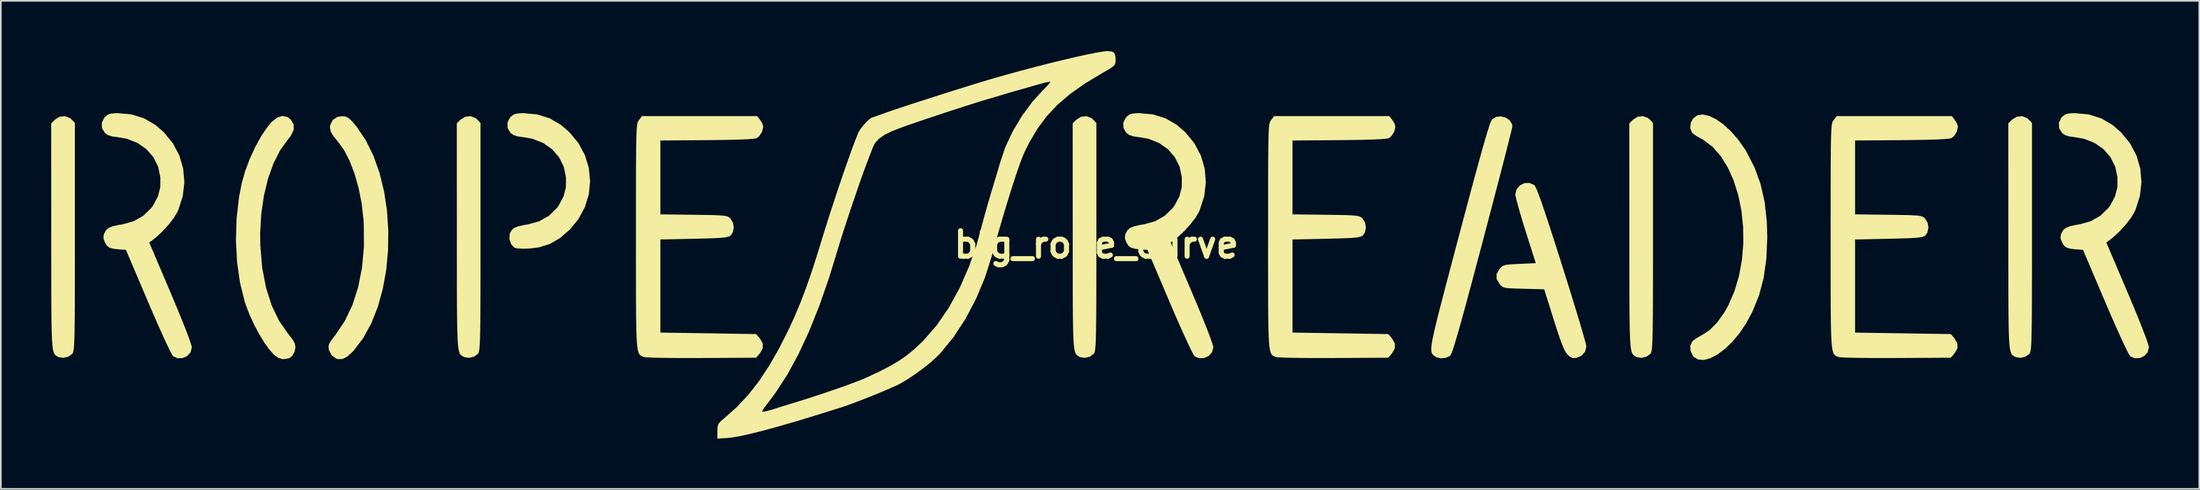
<source format=kicad_pcb>
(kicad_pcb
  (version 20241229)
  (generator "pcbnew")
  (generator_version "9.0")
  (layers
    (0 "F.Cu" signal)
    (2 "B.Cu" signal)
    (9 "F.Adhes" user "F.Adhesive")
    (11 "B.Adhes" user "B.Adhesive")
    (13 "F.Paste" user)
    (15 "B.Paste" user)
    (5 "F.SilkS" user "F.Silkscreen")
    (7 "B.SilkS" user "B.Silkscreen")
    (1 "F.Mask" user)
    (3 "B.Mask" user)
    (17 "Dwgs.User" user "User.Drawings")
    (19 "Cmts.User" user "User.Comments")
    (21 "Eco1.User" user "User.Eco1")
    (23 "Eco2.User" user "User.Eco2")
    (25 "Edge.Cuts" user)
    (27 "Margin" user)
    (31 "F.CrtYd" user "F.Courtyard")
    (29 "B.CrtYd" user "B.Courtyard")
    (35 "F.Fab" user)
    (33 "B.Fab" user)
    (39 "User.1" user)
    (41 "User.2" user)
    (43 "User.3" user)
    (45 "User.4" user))
  (footprint "big_rope_curve"
    (layer "F.Cu")
    (at 62.265 11.553)
    (property "Reference" "big_rope_curve" (at 0 0 0) (layer "F.SilkS") (effects (font (size 1.524 1.524) (thickness 0.3))))
    (attr board_only exclude_from_pos_files exclude_from_bom)
    (fp_poly (pts (xy -61.15 -7.558) (xy -61.046 -7.469) (xy -60.854 -7.265) (xy -60.854 -0.467) (xy -60.854 0.793) (xy -60.855 1.888) (xy -60.857 2.83) (xy -60.859 3.632) (xy -60.863 4.305) (xy -60.869 4.86) (xy -60.877 5.311) (xy -60.886 5.668) (xy -60.899 5.943) (xy -60.913 6.148) (xy -60.931 6.296) (xy -60.952 6.398) (xy -60.976 6.466) (xy -61.004 6.511) (xy -61.009 6.516) (xy -61.244 6.686) (xy -61.543 6.756) (xy -61.823 6.711) (xy -61.868 6.688) (xy -61.94 6.646) (xy -62.002 6.603) (xy -62.056 6.547) (xy -62.102 6.466) (xy -62.14 6.348) (xy -62.171 6.181) (xy -62.197 5.955) (xy -62.217 5.656) (xy -62.233 5.273) (xy -62.244 4.793) (xy -62.252 4.207) (xy -62.257 3.5) (xy -62.26 2.662) (xy -62.261 1.681) (xy -62.262 0.544) (xy -62.262 -0.467) (xy -62.265 -7.24) (xy -62.049 -7.456) (xy -61.763 -7.636) (xy -61.446 -7.67)) (stroke (width 0) (type solid)) (fill yes) (layer "F.SilkS"))
    (fp_poly (pts (xy -36.985 -7.558) (xy -36.881 -7.469) (xy -36.689 -7.265) (xy -36.689 -0.467) (xy -36.689 0.793) (xy -36.69 1.888) (xy -36.691 2.83) (xy -36.694 3.632) (xy -36.698 4.305) (xy -36.704 4.86) (xy -36.711 5.311) (xy -36.721 5.668) (xy -36.733 5.943) (xy -36.748 6.148) (xy -36.766 6.296) (xy -36.787 6.398) (xy -36.811 6.466) (xy -36.839 6.511) (xy -36.843 6.516) (xy -37.079 6.686) (xy -37.377 6.756) (xy -37.658 6.711) (xy -37.703 6.688) (xy -37.775 6.646) (xy -37.837 6.603) (xy -37.891 6.547) (xy -37.936 6.466) (xy -37.975 6.348) (xy -38.006 6.181) (xy -38.032 5.955) (xy -38.052 5.656) (xy -38.067 5.273) (xy -38.079 4.793) (xy -38.087 4.207) (xy -38.092 3.5) (xy -38.095 2.662) (xy -38.096 1.681) (xy -38.097 0.544) (xy -38.097 -0.467) (xy -38.1 -7.24) (xy -37.884 -7.456) (xy -37.598 -7.636) (xy -37.281 -7.67)) (stroke (width 0) (type solid)) (fill yes) (layer "F.SilkS"))
    (fp_poly (pts (xy -0.296 -7.558) (xy -0.192 -7.469) (xy 0 -7.265) (xy 0 -0.467) (xy -0.000198 0.793) (xy -0.001 1.888) (xy -0.003 2.83) (xy -0.005 3.632) (xy -0.009 4.305) (xy -0.015 4.86) (xy -0.023 5.311) (xy -0.032 5.668) (xy -0.044 5.943) (xy -0.059 6.148) (xy -0.077 6.296) (xy -0.098 6.398) (xy -0.122 6.466) (xy -0.15 6.511) (xy -0.154 6.516) (xy -0.39 6.686) (xy -0.689 6.756) (xy -0.969 6.711) (xy -1.014 6.688) (xy -1.086 6.646) (xy -1.148 6.603) (xy -1.202 6.547) (xy -1.247 6.466) (xy -1.286 6.348) (xy -1.317 6.181) (xy -1.343 5.955) (xy -1.363 5.656) (xy -1.378 5.273) (xy -1.39 4.793) (xy -1.398 4.207) (xy -1.403 3.5) (xy -1.406 2.662) (xy -1.407 1.681) (xy -1.408 0.544) (xy -1.408 -0.467) (xy -1.411 -7.24) (xy -1.195 -7.456) (xy -0.909 -7.636) (xy -0.592 -7.67)) (stroke (width 0) (type solid)) (fill yes) (layer "F.SilkS"))
    (fp_poly (pts (xy 32.865 -7.558) (xy 32.969 -7.469) (xy 33.161 -7.265) (xy 33.161 -0.467) (xy 33.161 0.793) (xy 33.16 1.888) (xy 33.159 2.83) (xy 33.156 3.632) (xy 33.152 4.305) (xy 33.146 4.86) (xy 33.139 5.311) (xy 33.129 5.668) (xy 33.117 5.943) (xy 33.102 6.148) (xy 33.084 6.296) (xy 33.063 6.398) (xy 33.039 6.466) (xy 33.011 6.511) (xy 33.007 6.516) (xy 32.771 6.686) (xy 32.473 6.756) (xy 32.192 6.711) (xy 32.147 6.688) (xy 32.075 6.646) (xy 32.013 6.603) (xy 31.959 6.547) (xy 31.914 6.466) (xy 31.875 6.348) (xy 31.844 6.181) (xy 31.818 5.955) (xy 31.798 5.656) (xy 31.783 5.273) (xy 31.771 4.793) (xy 31.763 4.207) (xy 31.758 3.5) (xy 31.755 2.662) (xy 31.754 1.681) (xy 31.753 0.544) (xy 31.753 -0.467) (xy 31.75 -7.24) (xy 31.966 -7.456) (xy 32.252 -7.636) (xy 32.569 -7.67)) (stroke (width 0) (type solid)) (fill yes) (layer "F.SilkS"))
    (fp_poly (pts (xy 55.443 -7.558) (xy 55.547 -7.469) (xy 55.739 -7.265) (xy 55.739 -0.467) (xy 55.739 0.793) (xy 55.738 1.888) (xy 55.736 2.83) (xy 55.734 3.632) (xy 55.73 4.305) (xy 55.724 4.86) (xy 55.716 5.311) (xy 55.707 5.668) (xy 55.695 5.943) (xy 55.68 6.148) (xy 55.662 6.296) (xy 55.641 6.398) (xy 55.617 6.466) (xy 55.589 6.511) (xy 55.585 6.516) (xy 55.349 6.686) (xy 55.05 6.756) (xy 54.77 6.711) (xy 54.725 6.688) (xy 54.653 6.646) (xy 54.591 6.603) (xy 54.537 6.547) (xy 54.491 6.466) (xy 54.453 6.348) (xy 54.422 6.181) (xy 54.396 5.955) (xy 54.376 5.656) (xy 54.36 5.273) (xy 54.349 4.793) (xy 54.341 4.207) (xy 54.336 3.5) (xy 54.333 2.662) (xy 54.332 1.681) (xy 54.331 0.544) (xy 54.331 -0.467) (xy 54.328 -7.24) (xy 54.544 -7.456) (xy 54.83 -7.636) (xy 55.147 -7.67)) (stroke (width 0) (type solid)) (fill yes) (layer "F.SilkS"))
    (fp_poly (pts (xy -44.744 -7.65) (xy -44.577 -7.578) (xy -44.398 -7.424) (xy -44.169 -7.162) (xy -44.082 -7.056) (xy -43.527 -6.241) (xy -43.068 -5.308) (xy -42.704 -4.281) (xy -42.435 -3.181) (xy -42.261 -2.03) (xy -42.182 -0.851) (xy -42.197 0.334) (xy -42.305 1.503) (xy -42.508 2.633) (xy -42.803 3.703) (xy -43.192 4.69) (xy -43.673 5.572) (xy -44.246 6.326) (xy -44.27 6.352) (xy -44.607 6.666) (xy -44.903 6.823) (xy -45.181 6.832) (xy -45.291 6.797) (xy -45.56 6.606) (xy -45.715 6.295) (xy -45.735 6.207) (xy -45.744 6.055) (xy -45.694 5.894) (xy -45.564 5.685) (xy -45.335 5.388) (xy -45.327 5.378) (xy -44.771 4.554) (xy -44.32 3.602) (xy -43.978 2.536) (xy -43.748 1.373) (xy -43.634 0.128) (xy -43.641 -1.185) (xy -43.664 -1.553) (xy -43.772 -2.477) (xy -43.95 -3.377) (xy -44.19 -4.223) (xy -44.48 -4.985) (xy -44.811 -5.633) (xy -45.173 -6.136) (xy -45.178 -6.141) (xy -45.455 -6.48) (xy -45.61 -6.749) (xy -45.658 -6.987) (xy -45.64 -7.149) (xy -45.494 -7.44) (xy -45.227 -7.621) (xy -44.937 -7.67)) (stroke (width 0) (type solid)) (fill yes) (layer "F.SilkS"))
    (fp_poly (pts (xy -48.182 -7.617) (xy -47.993 -7.469) (xy -47.82 -7.18) (xy -47.817 -6.86) (xy -47.984 -6.504) (xy -48.158 -6.28) (xy -48.628 -5.631) (xy -49.028 -4.838) (xy -49.352 -3.925) (xy -49.595 -2.913) (xy -49.751 -1.823) (xy -49.816 -0.677) (xy -49.805 0.088) (xy -49.692 1.39) (xy -49.466 2.572) (xy -49.129 3.63) (xy -48.683 4.557) (xy -48.128 5.349) (xy -48.105 5.377) (xy -47.87 5.679) (xy -47.748 5.917) (xy -47.713 6.137) (xy -47.764 6.388) (xy -47.892 6.618) (xy -48.055 6.766) (xy -48.147 6.791) (xy -48.3 6.818) (xy -48.345 6.832) (xy -48.502 6.827) (xy -48.722 6.759) (xy -48.739 6.752) (xy -48.984 6.577) (xy -49.267 6.262) (xy -49.573 5.836) (xy -49.883 5.325) (xy -50.183 4.759) (xy -50.454 4.165) (xy -50.681 3.57) (xy -50.738 3.395) (xy -51.017 2.269) (xy -51.192 1.041) (xy -51.26 -0.247) (xy -51.221 -1.553) (xy -51.075 -2.836) (xy -50.919 -3.645) (xy -50.716 -4.368) (xy -50.438 -5.114) (xy -50.106 -5.839) (xy -49.74 -6.5) (xy -49.361 -7.055) (xy -49.133 -7.321) (xy -48.804 -7.585) (xy -48.482 -7.684)) (stroke (width 0) (type solid)) (fill yes) (layer "F.SilkS"))
    (fp_poly (pts (xy -33.303 -7.772) (xy -32.571 -7.542) (xy -31.901 -7.152) (xy -31.389 -6.709) (xy -30.85 -6.054) (xy -30.465 -5.334) (xy -30.235 -4.572) (xy -30.159 -3.789) (xy -30.237 -3.006) (xy -30.469 -2.244) (xy -30.856 -1.526) (xy -31.367 -0.902) (xy -31.954 -0.392) (xy -32.559 -0.042) (xy -33.218 0.163) (xy -33.804 0.234) (xy -34.172 0.242) (xy -34.472 0.226) (xy -34.654 0.19) (xy -34.671 0.182) (xy -34.867 -0.034) (xy -34.967 -0.334) (xy -34.949 -0.641) (xy -34.93 -0.694) (xy -34.826 -0.875) (xy -34.667 -1.006) (xy -34.417 -1.103) (xy -34.041 -1.184) (xy -33.835 -1.218) (xy -33.185 -1.4) (xy -32.612 -1.727) (xy -32.146 -2.182) (xy -32.027 -2.346) (xy -31.74 -2.884) (xy -31.602 -3.428) (xy -31.596 -4.015) (xy -31.73 -4.656) (xy -32.014 -5.223) (xy -32.429 -5.701) (xy -32.958 -6.071) (xy -33.584 -6.318) (xy -34.113 -6.413) (xy -34.485 -6.464) (xy -34.732 -6.547) (xy -34.899 -6.669) (xy -35.071 -6.952) (xy -35.086 -7.266) (xy -34.945 -7.565) (xy -34.885 -7.633) (xy -34.734 -7.756) (xy -34.557 -7.822) (xy -34.294 -7.846) (xy -34.113 -7.848)) (stroke (width 0) (type solid)) (fill yes) (layer "F.SilkS"))
    (fp_poly (pts (xy 36.502 -7.688) (xy 36.919 -7.487) (xy 37.359 -7.177) (xy 37.803 -6.768) (xy 38.235 -6.271) (xy 38.638 -5.697) (xy 38.723 -5.557) (xy 39.209 -4.612) (xy 39.571 -3.614) (xy 39.813 -2.538) (xy 39.943 -1.361) (xy 39.97 -0.441) (xy 39.917 0.824) (xy 39.756 1.97) (xy 39.481 3.021) (xy 39.084 4.002) (xy 38.723 4.675) (xy 38.33 5.265) (xy 37.903 5.781) (xy 37.46 6.21) (xy 37.018 6.544) (xy 36.593 6.77) (xy 36.204 6.88) (xy 35.867 6.861) (xy 35.598 6.703) (xy 35.549 6.647) (xy 35.399 6.348) (xy 35.382 6.039) (xy 35.5 5.777) (xy 35.527 5.748) (xy 35.702 5.614) (xy 35.961 5.459) (xy 36.098 5.388) (xy 36.552 5.085) (xy 36.997 4.628) (xy 37.416 4.037) (xy 37.639 3.641) (xy 38.015 2.778) (xy 38.288 1.856) (xy 38.463 0.893) (xy 38.543 -0.089) (xy 38.53 -1.07) (xy 38.429 -2.032) (xy 38.241 -2.954) (xy 37.972 -3.816) (xy 37.623 -4.599) (xy 37.199 -5.282) (xy 36.702 -5.846) (xy 36.136 -6.271) (xy 35.984 -6.354) (xy 35.729 -6.498) (xy 35.534 -6.639) (xy 35.479 -6.694) (xy 35.378 -6.961) (xy 35.412 -7.271) (xy 35.549 -7.529) (xy 35.799 -7.719) (xy 36.122 -7.769)) (stroke (width 0) (type solid)) (fill yes) (layer "F.SilkS"))
    (fp_poly (pts (xy 24.39 -7.582) (xy 24.627 -7.419) (xy 24.766 -7.186) (xy 24.783 -7.06) (xy 24.761 -6.948) (xy 24.697 -6.679) (xy 24.594 -6.266) (xy 24.457 -5.723) (xy 24.288 -5.063) (xy 24.091 -4.299) (xy 23.869 -3.445) (xy 23.626 -2.513) (xy 23.365 -1.519) (xy 23.09 -0.473) (xy 23.018 -0.199) (xy 22.68 1.075) (xy 22.384 2.188) (xy 22.126 3.151) (xy 21.904 3.972) (xy 21.714 4.661) (xy 21.553 5.23) (xy 21.42 5.686) (xy 21.311 6.041) (xy 21.223 6.305) (xy 21.154 6.486) (xy 21.1 6.595) (xy 21.068 6.637) (xy 20.816 6.755) (xy 20.512 6.782) (xy 20.242 6.712) (xy 20.189 6.678) (xy 20.115 6.622) (xy 20.052 6.568) (xy 20.002 6.505) (xy 19.967 6.42) (xy 19.95 6.303) (xy 19.953 6.143) (xy 19.978 5.927) (xy 20.027 5.644) (xy 20.103 5.284) (xy 20.207 4.834) (xy 20.343 4.283) (xy 20.511 3.621) (xy 20.715 2.834) (xy 20.957 1.913) (xy 21.239 0.845) (xy 21.562 -0.38) (xy 21.609 -0.555) (xy 21.958 -1.876) (xy 22.267 -3.033) (xy 22.537 -4.036) (xy 22.77 -4.893) (xy 22.97 -5.612) (xy 23.137 -6.2) (xy 23.275 -6.667) (xy 23.386 -7.021) (xy 23.472 -7.269) (xy 23.536 -7.42) (xy 23.57 -7.474) (xy 23.812 -7.626) (xy 24.102 -7.656)) (stroke (width 0) (type solid)) (fill yes) (layer "F.SilkS"))
    (fp_poly (pts (xy 26.082 -3.56) (xy 26.095 -3.55) (xy 26.154 -3.463) (xy 26.241 -3.275) (xy 26.358 -2.978) (xy 26.508 -2.561) (xy 26.694 -2.017) (xy 26.92 -1.337) (xy 27.188 -0.511) (xy 27.502 0.469) (xy 27.736 1.208) (xy 28.01 2.08) (xy 28.268 2.907) (xy 28.504 3.674) (xy 28.713 4.363) (xy 28.89 4.958) (xy 29.031 5.443) (xy 29.131 5.803) (xy 29.184 6.019) (xy 29.192 6.071) (xy 29.112 6.394) (xy 28.893 6.637) (xy 28.601 6.757) (xy 28.384 6.77) (xy 28.208 6.686) (xy 28.07 6.559) (xy 27.97 6.43) (xy 27.864 6.234) (xy 27.743 5.949) (xy 27.599 5.554) (xy 27.423 5.027) (xy 27.25 4.484) (xy 26.679 2.663) (xy 25.458 2.632) (xy 24.973 2.619) (xy 24.631 2.604) (xy 24.401 2.58) (xy 24.252 2.542) (xy 24.149 2.483) (xy 24.062 2.397) (xy 24.025 2.354) (xy 23.846 2.051) (xy 23.843 1.753) (xy 24.015 1.449) (xy 24.025 1.438) (xy 24.128 1.329) (xy 24.237 1.256) (xy 24.392 1.209) (xy 24.629 1.179) (xy 24.988 1.157) (xy 25.207 1.147) (xy 26.177 1.102) (xy 25.568 -0.821) (xy 25.392 -1.388) (xy 25.236 -1.913) (xy 25.108 -2.366) (xy 25.015 -2.722) (xy 24.965 -2.951) (xy 24.959 -3.008) (xy 25.035 -3.31) (xy 25.231 -3.539) (xy 25.502 -3.671) (xy 25.801 -3.686)) (stroke (width 0) (type solid)) (fill yes) (layer "F.SilkS"))
    (fp_poly (pts (xy -57.468 -7.772) (xy -56.736 -7.542) (xy -56.066 -7.152) (xy -55.554 -6.709) (xy -55.014 -6.05) (xy -54.628 -5.32) (xy -54.4 -4.537) (xy -54.331 -3.723) (xy -54.427 -2.896) (xy -54.69 -2.077) (xy -54.75 -1.943) (xy -54.955 -1.602) (xy -55.259 -1.208) (xy -55.62 -0.81) (xy -55.993 -0.46) (xy -56.192 -0.302) (xy -56.425 -0.132) (xy -55.156 2.856) (xy -54.817 3.662) (xy -54.523 4.378) (xy -54.279 4.991) (xy -54.089 5.489) (xy -53.959 5.858) (xy -53.894 6.084) (xy -53.887 6.135) (xy -53.964 6.425) (xy -54.163 6.643) (xy -54.437 6.768) (xy -54.739 6.777) (xy -54.994 6.666) (xy -55.07 6.556) (xy -55.205 6.298) (xy -55.392 5.909) (xy -55.625 5.404) (xy -55.895 4.8) (xy -56.196 4.111) (xy -56.49 3.425) (xy -57.814 0.309) (xy -58.165 0.285) (xy -58.54 0.248) (xy -58.784 0.182) (xy -58.941 0.068) (xy -59.056 -0.116) (xy -59.062 -0.128) (xy -59.151 -0.368) (xy -59.141 -0.564) (xy -59.098 -0.687) (xy -58.994 -0.871) (xy -58.836 -1.004) (xy -58.589 -1.102) (xy -58.217 -1.183) (xy -58.001 -1.218) (xy -57.35 -1.4) (xy -56.778 -1.727) (xy -56.311 -2.182) (xy -56.192 -2.346) (xy -55.905 -2.884) (xy -55.767 -3.428) (xy -55.761 -4.015) (xy -55.895 -4.656) (xy -56.179 -5.223) (xy -56.594 -5.701) (xy -57.123 -6.071) (xy -57.749 -6.318) (xy -58.279 -6.413) (xy -58.65 -6.464) (xy -58.898 -6.547) (xy -59.065 -6.669) (xy -59.237 -6.952) (xy -59.252 -7.266) (xy -59.111 -7.565) (xy -59.05 -7.633) (xy -58.899 -7.756) (xy -58.722 -7.822) (xy -58.46 -7.846) (xy -58.278 -7.848)) (stroke (width 0) (type solid)) (fill yes) (layer "F.SilkS"))
    (fp_poly (pts (xy 3.386 -7.772) (xy 4.118 -7.542) (xy 4.788 -7.152) (xy 5.3 -6.709) (xy 5.84 -6.05) (xy 6.226 -5.32) (xy 6.455 -4.537) (xy 6.523 -3.723) (xy 6.427 -2.896) (xy 6.164 -2.077) (xy 6.104 -1.943) (xy 5.9 -1.602) (xy 5.595 -1.208) (xy 5.235 -0.81) (xy 4.861 -0.46) (xy 4.662 -0.302) (xy 4.429 -0.132) (xy 5.698 2.856) (xy 6.037 3.662) (xy 6.331 4.378) (xy 6.576 4.991) (xy 6.765 5.489) (xy 6.895 5.858) (xy 6.961 6.084) (xy 6.967 6.135) (xy 6.89 6.425) (xy 6.691 6.643) (xy 6.417 6.768) (xy 6.115 6.777) (xy 5.86 6.666) (xy 5.785 6.556) (xy 5.65 6.298) (xy 5.462 5.909) (xy 5.23 5.404) (xy 4.959 4.8) (xy 4.658 4.111) (xy 4.365 3.425) (xy 3.041 0.309) (xy 2.689 0.285) (xy 2.314 0.248) (xy 2.07 0.182) (xy 1.913 0.068) (xy 1.798 -0.116) (xy 1.792 -0.128) (xy 1.703 -0.368) (xy 1.713 -0.564) (xy 1.756 -0.687) (xy 1.861 -0.871) (xy 2.018 -1.004) (xy 2.266 -1.102) (xy 2.637 -1.183) (xy 2.854 -1.218) (xy 3.504 -1.4) (xy 4.076 -1.727) (xy 4.543 -2.182) (xy 4.662 -2.346) (xy 4.949 -2.884) (xy 5.087 -3.428) (xy 5.093 -4.015) (xy 4.959 -4.656) (xy 4.675 -5.223) (xy 4.26 -5.701) (xy 3.731 -6.071) (xy 3.105 -6.318) (xy 2.576 -6.413) (xy 2.204 -6.464) (xy 1.957 -6.547) (xy 1.789 -6.669) (xy 1.618 -6.952) (xy 1.602 -7.266) (xy 1.743 -7.565) (xy 1.804 -7.633) (xy 1.955 -7.756) (xy 2.132 -7.822) (xy 2.395 -7.846) (xy 2.576 -7.848)) (stroke (width 0) (type solid)) (fill yes) (layer "F.SilkS"))
    (fp_poly (pts (xy 59.125 -7.772) (xy 59.857 -7.542) (xy 60.527 -7.152) (xy 61.039 -6.709) (xy 61.579 -6.05) (xy 61.965 -5.32) (xy 62.194 -4.537) (xy 62.262 -3.723) (xy 62.166 -2.896) (xy 61.903 -2.077) (xy 61.843 -1.943) (xy 61.638 -1.602) (xy 61.334 -1.208) (xy 60.973 -0.81) (xy 60.6 -0.46) (xy 60.401 -0.302) (xy 60.168 -0.132) (xy 61.437 2.856) (xy 61.776 3.662) (xy 62.07 4.378) (xy 62.314 4.991) (xy 62.504 5.489) (xy 62.634 5.858) (xy 62.699 6.084) (xy 62.706 6.135) (xy 62.629 6.425) (xy 62.43 6.643) (xy 62.156 6.768) (xy 61.854 6.777) (xy 61.599 6.666) (xy 61.523 6.556) (xy 61.388 6.298) (xy 61.201 5.909) (xy 60.969 5.404) (xy 60.698 4.8) (xy 60.397 4.111) (xy 60.103 3.425) (xy 58.779 0.309) (xy 58.428 0.285) (xy 58.053 0.248) (xy 57.809 0.182) (xy 57.652 0.068) (xy 57.537 -0.116) (xy 57.531 -0.128) (xy 57.442 -0.368) (xy 57.452 -0.564) (xy 57.495 -0.687) (xy 57.599 -0.871) (xy 57.757 -1.004) (xy 58.004 -1.102) (xy 58.376 -1.183) (xy 58.592 -1.218) (xy 59.243 -1.4) (xy 59.815 -1.727) (xy 60.282 -2.182) (xy 60.401 -2.346) (xy 60.688 -2.884) (xy 60.826 -3.428) (xy 60.832 -4.015) (xy 60.698 -4.656) (xy 60.414 -5.223) (xy 59.999 -5.701) (xy 59.47 -6.071) (xy 58.844 -6.318) (xy 58.315 -6.413) (xy 57.943 -6.464) (xy 57.695 -6.547) (xy 57.528 -6.669) (xy 57.356 -6.952) (xy 57.341 -7.266) (xy 57.482 -7.565) (xy 57.543 -7.633) (xy 57.694 -7.756) (xy 57.871 -7.822) (xy 58.134 -7.846) (xy 58.315 -7.848)) (stroke (width 0) (type solid)) (fill yes) (layer "F.SilkS"))
    (fp_poly (pts (xy -20.027 -7.441) (xy -19.899 -7.232) (xy -19.844 -7.051) (xy -19.844 -7.048) (xy -19.909 -6.751) (xy -20.073 -6.486) (xy -20.228 -6.359) (xy -20.384 -6.326) (xy -20.715 -6.298) (xy -21.217 -6.274) (xy -21.89 -6.256) (xy -22.73 -6.243) (xy -23.195 -6.239) (xy -25.973 -6.218) (xy -25.973 -1.808) (xy -23.993 -1.784) (xy -23.35 -1.776) (xy -22.861 -1.766) (xy -22.5 -1.753) (xy -22.244 -1.735) (xy -22.069 -1.708) (xy -21.952 -1.671) (xy -21.869 -1.621) (xy -21.81 -1.57) (xy -21.652 -1.322) (xy -21.602 -1.019) (xy -21.66 -0.728) (xy -21.787 -0.55) (xy -21.865 -0.5) (xy -21.983 -0.46) (xy -22.164 -0.429) (xy -22.429 -0.405) (xy -22.802 -0.385) (xy -23.306 -0.369) (xy -23.964 -0.353) (xy -23.969 -0.353) (xy -25.973 -0.309) (xy -25.973 5.248) (xy -23.121 5.292) (xy -20.269 5.336) (xy -20.056 5.583) (xy -19.878 5.887) (xy -19.874 6.185) (xy -20.047 6.488) (xy -20.057 6.499) (xy -20.269 6.747) (xy -23.518 6.765) (xy -24.265 6.767) (xy -24.962 6.765) (xy -25.587 6.759) (xy -26.12 6.75) (xy -26.54 6.738) (xy -26.825 6.723) (xy -26.956 6.705) (xy -26.956 6.705) (xy -27.042 6.671) (xy -27.117 6.637) (xy -27.182 6.591) (xy -27.237 6.522) (xy -27.283 6.418) (xy -27.321 6.266) (xy -27.352 6.057) (xy -27.376 5.777) (xy -27.395 5.415) (xy -27.408 4.959) (xy -27.418 4.398) (xy -27.424 3.72) (xy -27.427 2.913) (xy -27.428 1.966) (xy -27.429 0.866) (xy -27.428 -0.397) (xy -27.428 -0.493) (xy -27.428 -1.74) (xy -27.428 -2.823) (xy -27.427 -3.753) (xy -27.425 -4.543) (xy -27.421 -5.206) (xy -27.416 -5.752) (xy -27.409 -6.194) (xy -27.4 -6.545) (xy -27.388 -6.815) (xy -27.374 -7.018) (xy -27.356 -7.166) (xy -27.334 -7.27) (xy -27.309 -7.342) (xy -27.279 -7.395) (xy -27.246 -7.441) (xy -27.063 -7.673) (xy -20.209 -7.673)) (stroke (width 0) (type solid)) (fill yes) (layer "F.SilkS"))
    (fp_poly (pts (xy 17.632 -7.441) (xy 17.76 -7.232) (xy 17.815 -7.051) (xy 17.815 -7.048) (xy 17.75 -6.751) (xy 17.586 -6.486) (xy 17.431 -6.359) (xy 17.275 -6.326) (xy 16.944 -6.298) (xy 16.442 -6.274) (xy 15.77 -6.256) (xy 14.929 -6.243) (xy 14.464 -6.239) (xy 11.686 -6.218) (xy 11.686 -1.808) (xy 13.666 -1.784) (xy 14.309 -1.776) (xy 14.798 -1.766) (xy 15.159 -1.753) (xy 15.415 -1.735) (xy 15.59 -1.708) (xy 15.707 -1.671) (xy 15.791 -1.621) (xy 15.849 -1.57) (xy 16.007 -1.322) (xy 16.057 -1.019) (xy 15.999 -0.728) (xy 15.872 -0.55) (xy 15.794 -0.5) (xy 15.676 -0.46) (xy 15.495 -0.429) (xy 15.23 -0.405) (xy 14.857 -0.385) (xy 14.353 -0.369) (xy 13.695 -0.353) (xy 13.69 -0.353) (xy 11.686 -0.309) (xy 11.686 5.248) (xy 14.538 5.292) (xy 17.39 5.336) (xy 17.603 5.583) (xy 17.781 5.887) (xy 17.785 6.185) (xy 17.612 6.488) (xy 17.603 6.499) (xy 17.39 6.747) (xy 14.141 6.765) (xy 13.394 6.767) (xy 12.697 6.765) (xy 12.072 6.759) (xy 11.539 6.75) (xy 11.119 6.738) (xy 10.834 6.723) (xy 10.703 6.705) (xy 10.703 6.705) (xy 10.617 6.671) (xy 10.542 6.637) (xy 10.477 6.591) (xy 10.422 6.522) (xy 10.376 6.418) (xy 10.338 6.266) (xy 10.307 6.057) (xy 10.283 5.777) (xy 10.264 5.415) (xy 10.251 4.959) (xy 10.241 4.398) (xy 10.235 3.72) (xy 10.232 2.913) (xy 10.231 1.966) (xy 10.23 0.866) (xy 10.231 -0.397) (xy 10.231 -0.493) (xy 10.231 -1.74) (xy 10.231 -2.823) (xy 10.232 -3.753) (xy 10.234 -4.543) (xy 10.238 -5.206) (xy 10.243 -5.752) (xy 10.25 -6.194) (xy 10.259 -6.545) (xy 10.271 -6.815) (xy 10.286 -7.018) (xy 10.303 -7.166) (xy 10.325 -7.27) (xy 10.35 -7.342) (xy 10.38 -7.395) (xy 10.413 -7.441) (xy 10.596 -7.673) (xy 17.45 -7.673)) (stroke (width 0) (type solid)) (fill yes) (layer "F.SilkS"))
    (fp_poly (pts (xy 51.146 -7.441) (xy 51.274 -7.232) (xy 51.329 -7.051) (xy 51.329 -7.048) (xy 51.264 -6.751) (xy 51.1 -6.486) (xy 50.945 -6.359) (xy 50.789 -6.326) (xy 50.458 -6.298) (xy 49.956 -6.274) (xy 49.283 -6.256) (xy 48.443 -6.243) (xy 47.978 -6.239) (xy 45.2 -6.218) (xy 45.2 -1.808) (xy 47.18 -1.784) (xy 47.823 -1.776) (xy 48.312 -1.766) (xy 48.673 -1.753) (xy 48.929 -1.735) (xy 49.104 -1.708) (xy 49.221 -1.671) (xy 49.304 -1.621) (xy 49.363 -1.57) (xy 49.52 -1.322) (xy 49.571 -1.019) (xy 49.513 -0.728) (xy 49.386 -0.55) (xy 49.308 -0.5) (xy 49.19 -0.46) (xy 49.009 -0.429) (xy 48.744 -0.405) (xy 48.371 -0.385) (xy 47.867 -0.369) (xy 47.209 -0.353) (xy 47.203 -0.353) (xy 45.2 -0.309) (xy 45.2 5.248) (xy 48.052 5.292) (xy 50.904 5.336) (xy 51.116 5.583) (xy 51.295 5.887) (xy 51.299 6.185) (xy 51.126 6.488) (xy 51.116 6.499) (xy 50.904 6.747) (xy 47.655 6.765) (xy 46.908 6.767) (xy 46.211 6.765) (xy 45.586 6.759) (xy 45.053 6.75) (xy 44.633 6.738) (xy 44.347 6.723) (xy 44.217 6.705) (xy 44.217 6.705) (xy 44.131 6.671) (xy 44.056 6.637) (xy 43.991 6.591) (xy 43.936 6.522) (xy 43.89 6.418) (xy 43.852 6.266) (xy 43.821 6.057) (xy 43.797 5.777) (xy 43.778 5.415) (xy 43.765 4.959) (xy 43.755 4.398) (xy 43.749 3.72) (xy 43.746 2.913) (xy 43.745 1.966) (xy 43.744 0.866) (xy 43.744 -0.397) (xy 43.744 -0.493) (xy 43.745 -1.74) (xy 43.745 -2.823) (xy 43.746 -3.753) (xy 43.748 -4.543) (xy 43.752 -5.206) (xy 43.757 -5.752) (xy 43.764 -6.194) (xy 43.773 -6.545) (xy 43.785 -6.815) (xy 43.799 -7.018) (xy 43.817 -7.166) (xy 43.839 -7.27) (xy 43.864 -7.342) (xy 43.894 -7.395) (xy 43.927 -7.441) (xy 44.11 -7.673) (xy 50.964 -7.673)) (stroke (width 0) (type solid)) (fill yes) (layer "F.SilkS"))
    (fp_poly (pts (xy 0.92 -11.531) (xy 1.071 -11.438) (xy 1.135 -11.237) (xy 1.147 -10.983) (xy 1.137 -10.848) (xy 1.091 -10.737) (xy 0.98 -10.626) (xy 0.778 -10.489) (xy 0.457 -10.3) (xy 0.331 -10.228) (xy -0.691 -9.61) (xy -1.561 -8.996) (xy -2.302 -8.363) (xy -2.938 -7.688) (xy -3.492 -6.946) (xy -3.986 -6.115) (xy -4.277 -5.534) (xy -4.418 -5.198) (xy -4.597 -4.714) (xy -4.806 -4.103) (xy -5.038 -3.388) (xy -5.286 -2.591) (xy -5.544 -1.735) (xy -5.805 -0.841) (xy -6.06 0.068) (xy -6.211 0.617) (xy -6.637 1.96) (xy -7.173 3.244) (xy -7.804 4.442) (xy -8.516 5.529) (xy -9.294 6.478) (xy -9.434 6.625) (xy -9.8 6.965) (xy -10.264 7.342) (xy -10.774 7.717) (xy -11.279 8.055) (xy -11.729 8.317) (xy -11.862 8.383) (xy -12.311 8.585) (xy -12.859 8.818) (xy -13.457 9.062) (xy -14.056 9.298) (xy -14.607 9.506) (xy -15.061 9.666) (xy -15.169 9.702) (xy -16.571 10.143) (xy -17.827 10.526) (xy -18.936 10.848) (xy -19.893 11.11) (xy -20.695 11.31) (xy -21.341 11.448) (xy -21.826 11.523) (xy -21.938 11.533) (xy -22.578 11.577) (xy -22.578 11.135) (xy -22.568 10.881) (xy -22.519 10.709) (xy -22.395 10.554) (xy -22.164 10.356) (xy -22.159 10.351) (xy -21.698 9.941) (xy -19.908 9.941) (xy -19.889 9.964) (xy -19.834 9.966) (xy -19.826 9.966) (xy -19.669 9.94) (xy -19.421 9.875) (xy -19.308 9.84) (xy -19.069 9.764) (xy -18.71 9.652) (xy -18.282 9.52) (xy -17.859 9.39) (xy -17.142 9.165) (xy -16.409 8.925) (xy -15.693 8.682) (xy -15.025 8.448) (xy -14.439 8.233) (xy -13.966 8.048) (xy -13.714 7.941) (xy -12.944 7.581) (xy -12.307 7.254) (xy -11.769 6.936) (xy -11.295 6.607) (xy -10.851 6.242) (xy -10.402 5.82) (xy -10.289 5.707) (xy -9.509 4.809) (xy -8.79 3.761) (xy -8.142 2.58) (xy -7.576 1.284) (xy -7.147 0.044) (xy -7.092 -0.146) (xy -7.006 -0.461) (xy -6.9 -0.855) (xy -6.799 -1.235) (xy -6.664 -1.731) (xy -6.498 -2.32) (xy -6.322 -2.925) (xy -6.168 -3.44) (xy -6.03 -3.894) (xy -5.905 -4.31) (xy -5.806 -4.646) (xy -5.744 -4.863) (xy -5.735 -4.895) (xy -5.426 -5.818) (xy -4.982 -6.764) (xy -4.431 -7.687) (xy -3.8 -8.541) (xy -3.227 -9.172) (xy -2.995 -9.408) (xy -2.822 -9.597) (xy -2.739 -9.705) (xy -2.735 -9.715) (xy -2.812 -9.721) (xy -3.014 -9.683) (xy -3.301 -9.609) (xy -3.329 -9.6) (xy -3.703 -9.493) (xy -4.16 -9.362) (xy -4.617 -9.231) (xy -4.718 -9.202) (xy -5.095 -9.094) (xy -5.43 -8.996) (xy -5.67 -8.924) (xy -5.733 -8.905) (xy -5.937 -8.842) (xy -6.236 -8.754) (xy -6.482 -8.683) (xy -6.829 -8.579) (xy -7.31 -8.429) (xy -7.889 -8.244) (xy -8.534 -8.035) (xy -9.211 -7.812) (xy -9.886 -7.587) (xy -10.526 -7.372) (xy -11.096 -7.176) (xy -11.541 -7.02) (xy -12.157 -6.781) (xy -12.621 -6.553) (xy -12.954 -6.322) (xy -13.18 -6.073) (xy -13.305 -5.831) (xy -13.375 -5.648) (xy -13.489 -5.351) (xy -13.627 -4.991) (xy -13.698 -4.807) (xy -13.848 -4.401) (xy -14.037 -3.871) (xy -14.251 -3.253) (xy -14.479 -2.586) (xy -14.707 -1.908) (xy -14.922 -1.255) (xy -15.113 -0.666) (xy -15.266 -0.178) (xy -15.346 0.088) (xy -15.913 1.945) (xy -16.499 3.633) (xy -17.107 5.155) (xy -17.737 6.519) (xy -18.394 7.729) (xy -19.079 8.791) (xy -19.351 9.161) (xy -19.614 9.508) (xy -19.785 9.737) (xy -19.879 9.874) (xy -19.908 9.941) (xy -21.698 9.941) (xy -21.425 9.698) (xy -20.747 8.975) (xy -20.109 8.162) (xy -19.496 7.235) (xy -18.892 6.174) (xy -18.347 5.094) (xy -17.962 4.256) (xy -17.599 3.386) (xy -17.247 2.451) (xy -16.893 1.416) (xy -16.524 0.249) (xy -16.435 -0.044) (xy -16.195 -0.826) (xy -15.933 -1.655) (xy -15.657 -2.505) (xy -15.377 -3.35) (xy -15.102 -4.165) (xy -14.839 -4.923) (xy -14.598 -5.598) (xy -14.388 -6.165) (xy -14.218 -6.598) (xy -14.17 -6.712) (xy -14.058 -6.897) (xy -13.883 -7.121) (xy -13.683 -7.34) (xy -13.501 -7.51) (xy -13.378 -7.584) (xy -13.371 -7.585) (xy -13.281 -7.613) (xy -13.069 -7.688) (xy -12.778 -7.793) (xy -12.735 -7.809) (xy -12.385 -7.933) (xy -11.896 -8.099) (xy -11.296 -8.298) (xy -10.613 -8.521) (xy -9.877 -8.759) (xy -9.116 -9.003) (xy -8.36 -9.242) (xy -7.636 -9.468) (xy -6.975 -9.672) (xy -6.404 -9.845) (xy -6.13 -9.926) (xy -5.313 -10.158) (xy -4.472 -10.389) (xy -3.627 -10.612) (xy -2.799 -10.824) (xy -2.01 -11.018) (xy -1.28 -11.19) (xy -0.631 -11.334) (xy -0.085 -11.446) (xy 0.339 -11.521) (xy 0.618 -11.553) (xy 0.651 -11.553)) (stroke (width 0) (type solid)) (fill yes) (layer "F.SilkS")))
  (gr_rect
    (start -3 -3)
    (end 127.972 26.13)
    (stroke (width 0.1) (type default))
    (fill no)
    (layer "Edge.Cuts")))
</source>
